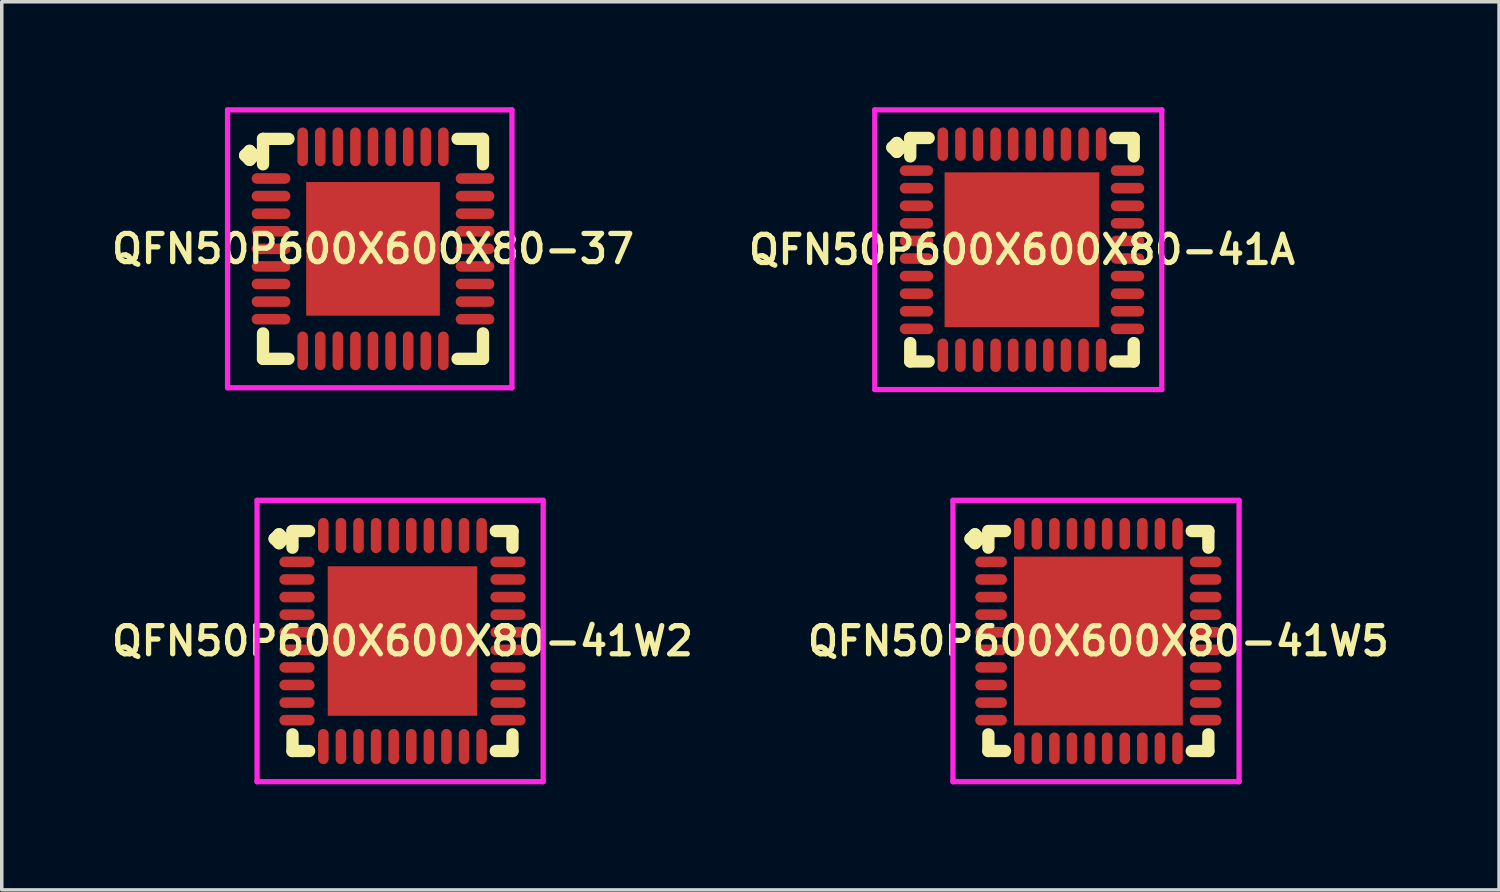
<source format=kicad_pcb>
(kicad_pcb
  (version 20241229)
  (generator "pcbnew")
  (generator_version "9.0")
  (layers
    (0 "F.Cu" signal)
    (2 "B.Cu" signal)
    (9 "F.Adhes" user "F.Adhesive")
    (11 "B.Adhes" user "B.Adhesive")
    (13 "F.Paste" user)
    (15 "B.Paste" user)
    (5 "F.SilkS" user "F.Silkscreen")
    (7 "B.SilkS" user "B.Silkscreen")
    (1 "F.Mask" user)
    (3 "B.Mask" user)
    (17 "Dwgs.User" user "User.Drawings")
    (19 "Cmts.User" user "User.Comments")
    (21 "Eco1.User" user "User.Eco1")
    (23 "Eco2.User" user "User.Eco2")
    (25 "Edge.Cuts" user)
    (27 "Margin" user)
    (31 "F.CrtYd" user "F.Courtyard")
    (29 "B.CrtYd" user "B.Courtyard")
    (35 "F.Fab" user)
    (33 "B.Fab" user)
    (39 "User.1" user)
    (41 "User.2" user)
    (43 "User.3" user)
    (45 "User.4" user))
  (footprint "QFN50P600X600X80-41W5"
    (layer "F.Cu")
    (at 28.178 15.175)
    (property "Reference" "QFN50P600X600X80-41W5" (at 0 0 0) (layer "F.SilkS") (effects (font (size 0.8 0.8) (thickness 0.15))))
    (attr smd)
    (fp_line (start -3.635 -2.908) (end -3.508 -3.035) (stroke (width 0.35) (type solid)) (layer "F.SilkS"))
    (fp_line (start -3.508 -3.035) (end -3.381 -2.908) (stroke (width 0.35) (type solid)) (layer "F.SilkS"))
    (fp_line (start -3.508 -2.781) (end -3.635 -2.908) (stroke (width 0.35) (type solid)) (layer "F.SilkS"))
    (fp_line (start -3.381 -2.908) (end -3.508 -2.781) (stroke (width 0.35) (type solid)) (layer "F.SilkS"))
    (fp_line (start -3.127 -3.127) (end -2.654 -3.127) (stroke (width 0.35) (type solid)) (layer "F.SilkS"))
    (fp_line (start -3.127 -2.654) (end -3.127 -3.127) (stroke (width 0.35) (type solid)) (layer "F.SilkS"))
    (fp_line (start -3.127 2.654) (end -3.127 3.127) (stroke (width 0.35) (type solid)) (layer "F.SilkS"))
    (fp_line (start -3.127 3.127) (end -2.654 3.127) (stroke (width 0.35) (type solid)) (layer "F.SilkS"))
    (fp_line (start 2.654 -3.127) (end 3.127 -3.127) (stroke (width 0.35) (type solid)) (layer "F.SilkS"))
    (fp_line (start 2.654 3.127) (end 3.127 3.127) (stroke (width 0.35) (type solid)) (layer "F.SilkS"))
    (fp_line (start 3.127 -3.127) (end 3.127 -2.654) (stroke (width 0.35) (type solid)) (layer "F.SilkS"))
    (fp_line (start 3.127 3.127) (end 3.127 2.654) (stroke (width 0.35) (type solid)) (layer "F.SilkS"))
    (fp_line (start -4.135 -4) (end 4 -4) (stroke (width 0.15) (type solid)) (layer "F.CrtYd"))
    (fp_line (start -4.135 4) (end -4.135 -4) (stroke (width 0.15) (type solid)) (layer "F.CrtYd"))
    (fp_line (start 4 -4) (end 4 4) (stroke (width 0.15) (type solid)) (layer "F.CrtYd"))
    (fp_line (start 4 4) (end -4.135 4) (stroke (width 0.15) (type solid)) (layer "F.CrtYd"))
    (pad "1" smd oval (at -3.05 -2.25) (size 0.9 0.3) (layers "F.Cu" "F.Mask" "F.Paste"))
    (pad "2" smd oval (at -3.05 -1.75) (size 0.9 0.3) (layers "F.Cu" "F.Mask" "F.Paste"))
    (pad "3" smd oval (at -3.05 -1.25) (size 0.9 0.3) (layers "F.Cu" "F.Mask" "F.Paste"))
    (pad "4" smd oval (at -3.05 -0.75) (size 0.9 0.3) (layers "F.Cu" "F.Mask" "F.Paste"))
    (pad "5" smd oval (at -3.05 -0.25) (size 0.9 0.3) (layers "F.Cu" "F.Mask" "F.Paste"))
    (pad "6" smd oval (at -3.05 0.25) (size 0.9 0.3) (layers "F.Cu" "F.Mask" "F.Paste"))
    (pad "7" smd oval (at -3.05 0.75) (size 0.9 0.3) (layers "F.Cu" "F.Mask" "F.Paste"))
    (pad "8" smd oval (at -3.05 1.25) (size 0.9 0.3) (layers "F.Cu" "F.Mask" "F.Paste"))
    (pad "9" smd oval (at -3.05 1.75) (size 0.9 0.3) (layers "F.Cu" "F.Mask" "F.Paste"))
    (pad "10" smd oval (at -3.05 2.25) (size 0.9 0.3) (layers "F.Cu" "F.Mask" "F.Paste"))
    (pad "11" smd oval (at -2.25 3.05) (size 0.3 0.9) (layers "F.Cu" "F.Mask" "F.Paste"))
    (pad "12" smd oval (at -1.75 3.05) (size 0.3 0.9) (layers "F.Cu" "F.Mask" "F.Paste"))
    (pad "13" smd oval (at -1.25 3.05) (size 0.3 0.9) (layers "F.Cu" "F.Mask" "F.Paste"))
    (pad "14" smd oval (at -0.75 3.05) (size 0.3 0.9) (layers "F.Cu" "F.Mask" "F.Paste"))
    (pad "15" smd oval (at -0.25 3.05) (size 0.3 0.9) (layers "F.Cu" "F.Mask" "F.Paste"))
    (pad "16" smd oval (at 0.25 3.05) (size 0.3 0.9) (layers "F.Cu" "F.Mask" "F.Paste"))
    (pad "17" smd oval (at 0.75 3.05) (size 0.3 0.9) (layers "F.Cu" "F.Mask" "F.Paste"))
    (pad "18" smd oval (at 1.25 3.05) (size 0.3 0.9) (layers "F.Cu" "F.Mask" "F.Paste"))
    (pad "19" smd oval (at 1.75 3.05) (size 0.3 0.9) (layers "F.Cu" "F.Mask" "F.Paste"))
    (pad "20" smd oval (at 2.25 3.05) (size 0.3 0.9) (layers "F.Cu" "F.Mask" "F.Paste"))
    (pad "21" smd oval (at 3.05 2.25) (size 0.9 0.3) (layers "F.Cu" "F.Mask" "F.Paste"))
    (pad "22" smd oval (at 3.05 1.75) (size 0.9 0.3) (layers "F.Cu" "F.Mask" "F.Paste"))
    (pad "23" smd oval (at 3.05 1.25) (size 0.9 0.3) (layers "F.Cu" "F.Mask" "F.Paste"))
    (pad "24" smd oval (at 3.05 0.75) (size 0.9 0.3) (layers "F.Cu" "F.Mask" "F.Paste"))
    (pad "25" smd oval (at 3.05 0.25) (size 0.9 0.3) (layers "F.Cu" "F.Mask" "F.Paste"))
    (pad "26" smd oval (at 3.05 -0.25) (size 0.9 0.3) (layers "F.Cu" "F.Mask" "F.Paste"))
    (pad "27" smd oval (at 3.05 -0.75) (size 0.9 0.3) (layers "F.Cu" "F.Mask" "F.Paste"))
    (pad "28" smd oval (at 3.05 -1.25) (size 0.9 0.3) (layers "F.Cu" "F.Mask" "F.Paste"))
    (pad "29" smd oval (at 3.05 -1.75) (size 0.9 0.3) (layers "F.Cu" "F.Mask" "F.Paste"))
    (pad "30" smd oval (at 3.05 -2.25) (size 0.9 0.3) (layers "F.Cu" "F.Mask" "F.Paste"))
    (pad "31" smd oval (at 2.25 -3.05) (size 0.3 0.9) (layers "F.Cu" "F.Mask" "F.Paste"))
    (pad "32" smd oval (at 1.75 -3.05) (size 0.3 0.9) (layers "F.Cu" "F.Mask" "F.Paste"))
    (pad "33" smd oval (at 1.25 -3.05) (size 0.3 0.9) (layers "F.Cu" "F.Mask" "F.Paste"))
    (pad "34" smd oval (at 0.75 -3.05) (size 0.3 0.9) (layers "F.Cu" "F.Mask" "F.Paste"))
    (pad "35" smd oval (at 0.25 -3.05) (size 0.3 0.9) (layers "F.Cu" "F.Mask" "F.Paste"))
    (pad "36" smd oval (at -0.25 -3.05) (size 0.3 0.9) (layers "F.Cu" "F.Mask" "F.Paste"))
    (pad "37" smd oval (at -0.75 -3.05) (size 0.3 0.9) (layers "F.Cu" "F.Mask" "F.Paste"))
    (pad "38" smd oval (at -1.25 -3.05) (size 0.3 0.9) (layers "F.Cu" "F.Mask" "F.Paste"))
    (pad "39" smd oval (at -1.75 -3.05) (size 0.3 0.9) (layers "F.Cu" "F.Mask" "F.Paste"))
    (pad "40" smd oval (at -2.25 -3.05) (size 0.3 0.9) (layers "F.Cu" "F.Mask" "F.Paste"))
    (pad "41" smd rect (at 0 0) (size 4.8 4.8) (layers "F.Cu" "F.Mask" "F.Paste")))
  (footprint "QFN50P600X600X80-41W2"
    (layer "F.Cu")
    (at 8.393 15.175)
    (property "Reference" "QFN50P600X600X80-41W2" (at 0 0 0) (layer "F.SilkS") (effects (font (size 0.8 0.8) (thickness 0.15))))
    (attr smd)
    (fp_line (start -3.635 -2.908) (end -3.508 -3.035) (stroke (width 0.35) (type solid)) (layer "F.SilkS"))
    (fp_line (start -3.508 -3.035) (end -3.381 -2.908) (stroke (width 0.35) (type solid)) (layer "F.SilkS"))
    (fp_line (start -3.508 -2.781) (end -3.635 -2.908) (stroke (width 0.35) (type solid)) (layer "F.SilkS"))
    (fp_line (start -3.381 -2.908) (end -3.508 -2.781) (stroke (width 0.35) (type solid)) (layer "F.SilkS"))
    (fp_line (start -3.127 -3.127) (end -2.654 -3.127) (stroke (width 0.35) (type solid)) (layer "F.SilkS"))
    (fp_line (start -3.127 -2.654) (end -3.127 -3.127) (stroke (width 0.35) (type solid)) (layer "F.SilkS"))
    (fp_line (start -3.127 2.654) (end -3.127 3.127) (stroke (width 0.35) (type solid)) (layer "F.SilkS"))
    (fp_line (start -3.127 3.127) (end -2.654 3.127) (stroke (width 0.35) (type solid)) (layer "F.SilkS"))
    (fp_line (start 2.654 -3.127) (end 3.127 -3.127) (stroke (width 0.35) (type solid)) (layer "F.SilkS"))
    (fp_line (start 2.654 3.127) (end 3.127 3.127) (stroke (width 0.35) (type solid)) (layer "F.SilkS"))
    (fp_line (start 3.127 -3.127) (end 3.127 -2.654) (stroke (width 0.35) (type solid)) (layer "F.SilkS"))
    (fp_line (start 3.127 3.127) (end 3.127 2.654) (stroke (width 0.35) (type solid)) (layer "F.SilkS"))
    (fp_line (start -4.135 -4) (end 4 -4) (stroke (width 0.15) (type solid)) (layer "F.CrtYd"))
    (fp_line (start -4.135 4) (end -4.135 -4) (stroke (width 0.15) (type solid)) (layer "F.CrtYd"))
    (fp_line (start 4 -4) (end 4 4) (stroke (width 0.15) (type solid)) (layer "F.CrtYd"))
    (fp_line (start 4 4) (end -4.135 4) (stroke (width 0.15) (type solid)) (layer "F.CrtYd"))
    (pad "1" smd oval (at -3 -2.25) (size 1 0.3) (layers "F.Cu" "F.Mask" "F.Paste"))
    (pad "2" smd oval (at -3 -1.75) (size 1 0.3) (layers "F.Cu" "F.Mask" "F.Paste"))
    (pad "3" smd oval (at -3 -1.25) (size 1 0.3) (layers "F.Cu" "F.Mask" "F.Paste"))
    (pad "4" smd oval (at -3 -0.75) (size 1 0.3) (layers "F.Cu" "F.Mask" "F.Paste"))
    (pad "5" smd oval (at -3 -0.25) (size 1 0.3) (layers "F.Cu" "F.Mask" "F.Paste"))
    (pad "6" smd oval (at -3 0.25) (size 1 0.3) (layers "F.Cu" "F.Mask" "F.Paste"))
    (pad "7" smd oval (at -3 0.75) (size 1 0.3) (layers "F.Cu" "F.Mask" "F.Paste"))
    (pad "8" smd oval (at -3 1.25) (size 1 0.3) (layers "F.Cu" "F.Mask" "F.Paste"))
    (pad "9" smd oval (at -3 1.75) (size 1 0.3) (layers "F.Cu" "F.Mask" "F.Paste"))
    (pad "10" smd oval (at -3 2.25) (size 1 0.3) (layers "F.Cu" "F.Mask" "F.Paste"))
    (pad "11" smd oval (at -2.25 3) (size 0.3 1) (layers "F.Cu" "F.Mask" "F.Paste"))
    (pad "12" smd oval (at -1.75 3) (size 0.3 1) (layers "F.Cu" "F.Mask" "F.Paste"))
    (pad "13" smd oval (at -1.25 3) (size 0.3 1) (layers "F.Cu" "F.Mask" "F.Paste"))
    (pad "14" smd oval (at -0.75 3) (size 0.3 1) (layers "F.Cu" "F.Mask" "F.Paste"))
    (pad "15" smd oval (at -0.25 3) (size 0.3 1) (layers "F.Cu" "F.Mask" "F.Paste"))
    (pad "16" smd oval (at 0.25 3) (size 0.3 1) (layers "F.Cu" "F.Mask" "F.Paste"))
    (pad "17" smd oval (at 0.75 3) (size 0.3 1) (layers "F.Cu" "F.Mask" "F.Paste"))
    (pad "18" smd oval (at 1.25 3) (size 0.3 1) (layers "F.Cu" "F.Mask" "F.Paste"))
    (pad "19" smd oval (at 1.75 3) (size 0.3 1) (layers "F.Cu" "F.Mask" "F.Paste"))
    (pad "20" smd oval (at 2.25 3) (size 0.3 1) (layers "F.Cu" "F.Mask" "F.Paste"))
    (pad "21" smd oval (at 3 2.25) (size 1 0.3) (layers "F.Cu" "F.Mask" "F.Paste"))
    (pad "22" smd oval (at 3 1.75) (size 1 0.3) (layers "F.Cu" "F.Mask" "F.Paste"))
    (pad "23" smd oval (at 3 1.25) (size 1 0.3) (layers "F.Cu" "F.Mask" "F.Paste"))
    (pad "24" smd oval (at 3 0.75) (size 1 0.3) (layers "F.Cu" "F.Mask" "F.Paste"))
    (pad "25" smd oval (at 3 0.25) (size 1 0.3) (layers "F.Cu" "F.Mask" "F.Paste"))
    (pad "26" smd oval (at 3 -0.25) (size 1 0.3) (layers "F.Cu" "F.Mask" "F.Paste"))
    (pad "27" smd oval (at 3 -0.75) (size 1 0.3) (layers "F.Cu" "F.Mask" "F.Paste"))
    (pad "28" smd oval (at 3 -1.25) (size 1 0.3) (layers "F.Cu" "F.Mask" "F.Paste"))
    (pad "29" smd oval (at 3 -1.75) (size 1 0.3) (layers "F.Cu" "F.Mask" "F.Paste"))
    (pad "30" smd oval (at 3 -2.25) (size 1 0.3) (layers "F.Cu" "F.Mask" "F.Paste"))
    (pad "31" smd oval (at 2.25 -3) (size 0.3 1) (layers "F.Cu" "F.Mask" "F.Paste"))
    (pad "32" smd oval (at 1.75 -3) (size 0.3 1) (layers "F.Cu" "F.Mask" "F.Paste"))
    (pad "33" smd oval (at 1.25 -3) (size 0.3 1) (layers "F.Cu" "F.Mask" "F.Paste"))
    (pad "34" smd oval (at 0.75 -3) (size 0.3 1) (layers "F.Cu" "F.Mask" "F.Paste"))
    (pad "35" smd oval (at 0.25 -3) (size 0.3 1) (layers "F.Cu" "F.Mask" "F.Paste"))
    (pad "36" smd oval (at -0.25 -3) (size 0.3 1) (layers "F.Cu" "F.Mask" "F.Paste"))
    (pad "37" smd oval (at -0.75 -3) (size 0.3 1) (layers "F.Cu" "F.Mask" "F.Paste"))
    (pad "38" smd oval (at -1.25 -3) (size 0.3 1) (layers "F.Cu" "F.Mask" "F.Paste"))
    (pad "39" smd oval (at -1.75 -3) (size 0.3 1) (layers "F.Cu" "F.Mask" "F.Paste"))
    (pad "40" smd oval (at -2.25 -3) (size 0.3 1) (layers "F.Cu" "F.Mask" "F.Paste"))
    (pad "41" smd rect (at 0 0) (size 4.25 4.25) (layers "F.Cu" "F.Mask" "F.Paste")))
  (footprint "QFN50P600X600X80-41A"
    (layer "F.Cu")
    (at 26.006 4.05)
    (property "Reference" "QFN50P600X600X80-41A" (at 0 0 0) (layer "F.SilkS") (effects (font (size 0.8 0.8) (thickness 0.15))))
    (attr smd)
    (fp_line (start -3.685 -2.908) (end -3.558 -3.035) (stroke (width 0.35) (type solid)) (layer "F.SilkS"))
    (fp_line (start -3.558 -3.035) (end -3.431 -2.908) (stroke (width 0.35) (type solid)) (layer "F.SilkS"))
    (fp_line (start -3.558 -2.781) (end -3.685 -2.908) (stroke (width 0.35) (type solid)) (layer "F.SilkS"))
    (fp_line (start -3.431 -2.908) (end -3.558 -2.781) (stroke (width 0.35) (type solid)) (layer "F.SilkS"))
    (fp_line (start -3.177 -3.177) (end -2.654 -3.177) (stroke (width 0.35) (type solid)) (layer "F.SilkS"))
    (fp_line (start -3.177 -2.654) (end -3.177 -3.177) (stroke (width 0.35) (type solid)) (layer "F.SilkS"))
    (fp_line (start -3.177 2.654) (end -3.177 3.177) (stroke (width 0.35) (type solid)) (layer "F.SilkS"))
    (fp_line (start -3.177 3.177) (end -2.654 3.177) (stroke (width 0.35) (type solid)) (layer "F.SilkS"))
    (fp_line (start 2.654 -3.177) (end 3.177 -3.177) (stroke (width 0.35) (type solid)) (layer "F.SilkS"))
    (fp_line (start 2.654 3.177) (end 3.177 3.177) (stroke (width 0.35) (type solid)) (layer "F.SilkS"))
    (fp_line (start 3.177 -3.177) (end 3.177 -2.654) (stroke (width 0.35) (type solid)) (layer "F.SilkS"))
    (fp_line (start 3.177 3.177) (end 3.177 2.654) (stroke (width 0.35) (type solid)) (layer "F.SilkS"))
    (fp_line (start -4.185 -3.975) (end 3.975 -3.975) (stroke (width 0.15) (type solid)) (layer "F.CrtYd"))
    (fp_line (start -4.185 3.975) (end -4.185 -3.975) (stroke (width 0.15) (type solid)) (layer "F.CrtYd"))
    (fp_line (start 3.975 -3.975) (end 3.975 3.975) (stroke (width 0.15) (type solid)) (layer "F.CrtYd"))
    (fp_line (start 3.975 3.975) (end -4.185 3.975) (stroke (width 0.15) (type solid)) (layer "F.CrtYd"))
    (pad "1" smd oval (at -3 -2.25) (size 0.95 0.3) (layers "F.Cu" "F.Mask" "F.Paste"))
    (pad "2" smd oval (at -3 -1.75) (size 0.95 0.3) (layers "F.Cu" "F.Mask" "F.Paste"))
    (pad "3" smd oval (at -3 -1.25) (size 0.95 0.3) (layers "F.Cu" "F.Mask" "F.Paste"))
    (pad "4" smd oval (at -3 -0.75) (size 0.95 0.3) (layers "F.Cu" "F.Mask" "F.Paste"))
    (pad "5" smd oval (at -3 -0.25) (size 0.95 0.3) (layers "F.Cu" "F.Mask" "F.Paste"))
    (pad "6" smd oval (at -3 0.25) (size 0.95 0.3) (layers "F.Cu" "F.Mask" "F.Paste"))
    (pad "7" smd oval (at -3 0.75) (size 0.95 0.3) (layers "F.Cu" "F.Mask" "F.Paste"))
    (pad "8" smd oval (at -3 1.25) (size 0.95 0.3) (layers "F.Cu" "F.Mask" "F.Paste"))
    (pad "9" smd oval (at -3 1.75) (size 0.95 0.3) (layers "F.Cu" "F.Mask" "F.Paste"))
    (pad "10" smd oval (at -3 2.25) (size 0.95 0.3) (layers "F.Cu" "F.Mask" "F.Paste"))
    (pad "11" smd oval (at -2.25 3) (size 0.3 0.95) (layers "F.Cu" "F.Mask" "F.Paste"))
    (pad "12" smd oval (at -1.75 3) (size 0.3 0.95) (layers "F.Cu" "F.Mask" "F.Paste"))
    (pad "13" smd oval (at -1.25 3) (size 0.3 0.95) (layers "F.Cu" "F.Mask" "F.Paste"))
    (pad "14" smd oval (at -0.75 3) (size 0.3 0.95) (layers "F.Cu" "F.Mask" "F.Paste"))
    (pad "15" smd oval (at -0.25 3) (size 0.3 0.95) (layers "F.Cu" "F.Mask" "F.Paste"))
    (pad "16" smd oval (at 0.25 3) (size 0.3 0.95) (layers "F.Cu" "F.Mask" "F.Paste"))
    (pad "17" smd oval (at 0.75 3) (size 0.3 0.95) (layers "F.Cu" "F.Mask" "F.Paste"))
    (pad "18" smd oval (at 1.25 3) (size 0.3 0.95) (layers "F.Cu" "F.Mask" "F.Paste"))
    (pad "19" smd oval (at 1.75 3) (size 0.3 0.95) (layers "F.Cu" "F.Mask" "F.Paste"))
    (pad "20" smd oval (at 2.25 3) (size 0.3 0.95) (layers "F.Cu" "F.Mask" "F.Paste"))
    (pad "21" smd oval (at 3 2.25) (size 0.95 0.3) (layers "F.Cu" "F.Mask" "F.Paste"))
    (pad "22" smd oval (at 3 1.75) (size 0.95 0.3) (layers "F.Cu" "F.Mask" "F.Paste"))
    (pad "23" smd oval (at 3 1.25) (size 0.95 0.3) (layers "F.Cu" "F.Mask" "F.Paste"))
    (pad "24" smd oval (at 3 0.75) (size 0.95 0.3) (layers "F.Cu" "F.Mask" "F.Paste"))
    (pad "25" smd oval (at 3 0.25) (size 0.95 0.3) (layers "F.Cu" "F.Mask" "F.Paste"))
    (pad "26" smd oval (at 3 -0.25) (size 0.95 0.3) (layers "F.Cu" "F.Mask" "F.Paste"))
    (pad "27" smd oval (at 3 -0.75) (size 0.95 0.3) (layers "F.Cu" "F.Mask" "F.Paste"))
    (pad "28" smd oval (at 3 -1.25) (size 0.95 0.3) (layers "F.Cu" "F.Mask" "F.Paste"))
    (pad "29" smd oval (at 3 -1.75) (size 0.95 0.3) (layers "F.Cu" "F.Mask" "F.Paste"))
    (pad "30" smd oval (at 3 -2.25) (size 0.95 0.3) (layers "F.Cu" "F.Mask" "F.Paste"))
    (pad "31" smd oval (at 2.25 -3) (size 0.3 0.95) (layers "F.Cu" "F.Mask" "F.Paste"))
    (pad "32" smd oval (at 1.75 -3) (size 0.3 0.95) (layers "F.Cu" "F.Mask" "F.Paste"))
    (pad "33" smd oval (at 1.25 -3) (size 0.3 0.95) (layers "F.Cu" "F.Mask" "F.Paste"))
    (pad "34" smd oval (at 0.75 -3) (size 0.3 0.95) (layers "F.Cu" "F.Mask" "F.Paste"))
    (pad "35" smd oval (at 0.25 -3) (size 0.3 0.95) (layers "F.Cu" "F.Mask" "F.Paste"))
    (pad "36" smd oval (at -0.25 -3) (size 0.3 0.95) (layers "F.Cu" "F.Mask" "F.Paste"))
    (pad "37" smd oval (at -0.75 -3) (size 0.3 0.95) (layers "F.Cu" "F.Mask" "F.Paste"))
    (pad "38" smd oval (at -1.25 -3) (size 0.3 0.95) (layers "F.Cu" "F.Mask" "F.Paste"))
    (pad "39" smd oval (at -1.75 -3) (size 0.3 0.95) (layers "F.Cu" "F.Mask" "F.Paste"))
    (pad "40" smd oval (at -2.25 -3) (size 0.3 0.95) (layers "F.Cu" "F.Mask" "F.Paste"))
    (pad "41" smd rect (at 0 0) (size 4.4 4.4) (layers "F.Cu" "F.Mask" "F.Paste")))
  (footprint "QFN50P600X600X80-37"
    (layer "F.Cu")
    (at 7.555 4.025)
    (property "Reference" "QFN50P600X600X80-37" (at 0 0 0) (layer "F.SilkS") (effects (font (size 0.8 0.8) (thickness 0.15))))
    (attr smd)
    (fp_line (start -3.635 -2.658) (end -3.508 -2.785) (stroke (width 0.35) (type solid)) (layer "F.SilkS"))
    (fp_line (start -3.508 -2.785) (end -3.381 -2.658) (stroke (width 0.35) (type solid)) (layer "F.SilkS"))
    (fp_line (start -3.508 -2.531) (end -3.635 -2.658) (stroke (width 0.35) (type solid)) (layer "F.SilkS"))
    (fp_line (start -3.381 -2.658) (end -3.508 -2.531) (stroke (width 0.35) (type solid)) (layer "F.SilkS"))
    (fp_line (start -3.127 -3.127) (end -2.404 -3.127) (stroke (width 0.35) (type solid)) (layer "F.SilkS"))
    (fp_line (start -3.127 -2.404) (end -3.127 -3.127) (stroke (width 0.35) (type solid)) (layer "F.SilkS"))
    (fp_line (start -3.127 2.404) (end -3.127 3.127) (stroke (width 0.35) (type solid)) (layer "F.SilkS"))
    (fp_line (start -3.127 3.127) (end -2.404 3.127) (stroke (width 0.35) (type solid)) (layer "F.SilkS"))
    (fp_line (start 2.404 -3.127) (end 3.127 -3.127) (stroke (width 0.35) (type solid)) (layer "F.SilkS"))
    (fp_line (start 2.404 3.127) (end 3.127 3.127) (stroke (width 0.35) (type solid)) (layer "F.SilkS"))
    (fp_line (start 3.127 -3.127) (end 3.127 -2.404) (stroke (width 0.35) (type solid)) (layer "F.SilkS"))
    (fp_line (start 3.127 3.127) (end 3.127 2.404) (stroke (width 0.35) (type solid)) (layer "F.SilkS"))
    (fp_line (start -4.135 -3.95) (end 3.95 -3.95) (stroke (width 0.15) (type solid)) (layer "F.CrtYd"))
    (fp_line (start -4.135 3.95) (end -4.135 -3.95) (stroke (width 0.15) (type solid)) (layer "F.CrtYd"))
    (fp_line (start 3.95 -3.95) (end 3.95 3.95) (stroke (width 0.15) (type solid)) (layer "F.CrtYd"))
    (fp_line (start 3.95 3.95) (end -4.135 3.95) (stroke (width 0.15) (type solid)) (layer "F.CrtYd"))
    (pad "1" smd oval (at -2.9 -2) (size 1.1 0.3) (layers "F.Cu" "F.Mask" "F.Paste"))
    (pad "2" smd oval (at -2.9 -1.5) (size 1.1 0.3) (layers "F.Cu" "F.Mask" "F.Paste"))
    (pad "3" smd oval (at -2.9 -1) (size 1.1 0.3) (layers "F.Cu" "F.Mask" "F.Paste"))
    (pad "4" smd oval (at -2.9 -0.5) (size 1.1 0.3) (layers "F.Cu" "F.Mask" "F.Paste"))
    (pad "5" smd oval (at -2.9 0) (size 1.1 0.3) (layers "F.Cu" "F.Mask" "F.Paste"))
    (pad "6" smd oval (at -2.9 0.5) (size 1.1 0.3) (layers "F.Cu" "F.Mask" "F.Paste"))
    (pad "7" smd oval (at -2.9 1) (size 1.1 0.3) (layers "F.Cu" "F.Mask" "F.Paste"))
    (pad "8" smd oval (at -2.9 1.5) (size 1.1 0.3) (layers "F.Cu" "F.Mask" "F.Paste"))
    (pad "9" smd oval (at -2.9 2) (size 1.1 0.3) (layers "F.Cu" "F.Mask" "F.Paste"))
    (pad "10" smd oval (at -2 2.9) (size 0.3 1.1) (layers "F.Cu" "F.Mask" "F.Paste"))
    (pad "11" smd oval (at -1.5 2.9) (size 0.3 1.1) (layers "F.Cu" "F.Mask" "F.Paste"))
    (pad "12" smd oval (at -1 2.9) (size 0.3 1.1) (layers "F.Cu" "F.Mask" "F.Paste"))
    (pad "13" smd oval (at -0.5 2.9) (size 0.3 1.1) (layers "F.Cu" "F.Mask" "F.Paste"))
    (pad "14" smd oval (at 0 2.9) (size 0.3 1.1) (layers "F.Cu" "F.Mask" "F.Paste"))
    (pad "15" smd oval (at 0.5 2.9) (size 0.3 1.1) (layers "F.Cu" "F.Mask" "F.Paste"))
    (pad "16" smd oval (at 1 2.9) (size 0.3 1.1) (layers "F.Cu" "F.Mask" "F.Paste"))
    (pad "17" smd oval (at 1.5 2.9) (size 0.3 1.1) (layers "F.Cu" "F.Mask" "F.Paste"))
    (pad "18" smd oval (at 2 2.9) (size 0.3 1.1) (layers "F.Cu" "F.Mask" "F.Paste"))
    (pad "19" smd oval (at 2.9 2) (size 1.1 0.3) (layers "F.Cu" "F.Mask" "F.Paste"))
    (pad "20" smd oval (at 2.9 1.5) (size 1.1 0.3) (layers "F.Cu" "F.Mask" "F.Paste"))
    (pad "21" smd oval (at 2.9 1) (size 1.1 0.3) (layers "F.Cu" "F.Mask" "F.Paste"))
    (pad "22" smd oval (at 2.9 0.5) (size 1.1 0.3) (layers "F.Cu" "F.Mask" "F.Paste"))
    (pad "23" smd oval (at 2.9 0) (size 1.1 0.3) (layers "F.Cu" "F.Mask" "F.Paste"))
    (pad "24" smd oval (at 2.9 -0.5) (size 1.1 0.3) (layers "F.Cu" "F.Mask" "F.Paste"))
    (pad "25" smd oval (at 2.9 -1) (size 1.1 0.3) (layers "F.Cu" "F.Mask" "F.Paste"))
    (pad "26" smd oval (at 2.9 -1.5) (size 1.1 0.3) (layers "F.Cu" "F.Mask" "F.Paste"))
    (pad "27" smd oval (at 2.9 -2) (size 1.1 0.3) (layers "F.Cu" "F.Mask" "F.Paste"))
    (pad "28" smd oval (at 2 -2.9) (size 0.3 1.1) (layers "F.Cu" "F.Mask" "F.Paste"))
    (pad "29" smd oval (at 1.5 -2.9) (size 0.3 1.1) (layers "F.Cu" "F.Mask" "F.Paste"))
    (pad "30" smd oval (at 1 -2.9) (size 0.3 1.1) (layers "F.Cu" "F.Mask" "F.Paste"))
    (pad "31" smd oval (at 0.5 -2.9) (size 0.3 1.1) (layers "F.Cu" "F.Mask" "F.Paste"))
    (pad "32" smd oval (at 0 -2.9) (size 0.3 1.1) (layers "F.Cu" "F.Mask" "F.Paste"))
    (pad "33" smd oval (at -0.5 -2.9) (size 0.3 1.1) (layers "F.Cu" "F.Mask" "F.Paste"))
    (pad "34" smd oval (at -1 -2.9) (size 0.3 1.1) (layers "F.Cu" "F.Mask" "F.Paste"))
    (pad "35" smd oval (at -1.5 -2.9) (size 0.3 1.1) (layers "F.Cu" "F.Mask" "F.Paste"))
    (pad "36" smd oval (at -2 -2.9) (size 0.3 1.1) (layers "F.Cu" "F.Mask" "F.Paste"))
    (pad "37" smd rect (at 0 0) (size 3.8 3.8) (layers "F.Cu" "F.Mask" "F.Paste")))
  (gr_rect
    (start -3 -3)
    (end 39.57 22.25)
    (stroke (width 0.1) (type default))
    (fill no)
    (layer "Edge.Cuts")))
</source>
